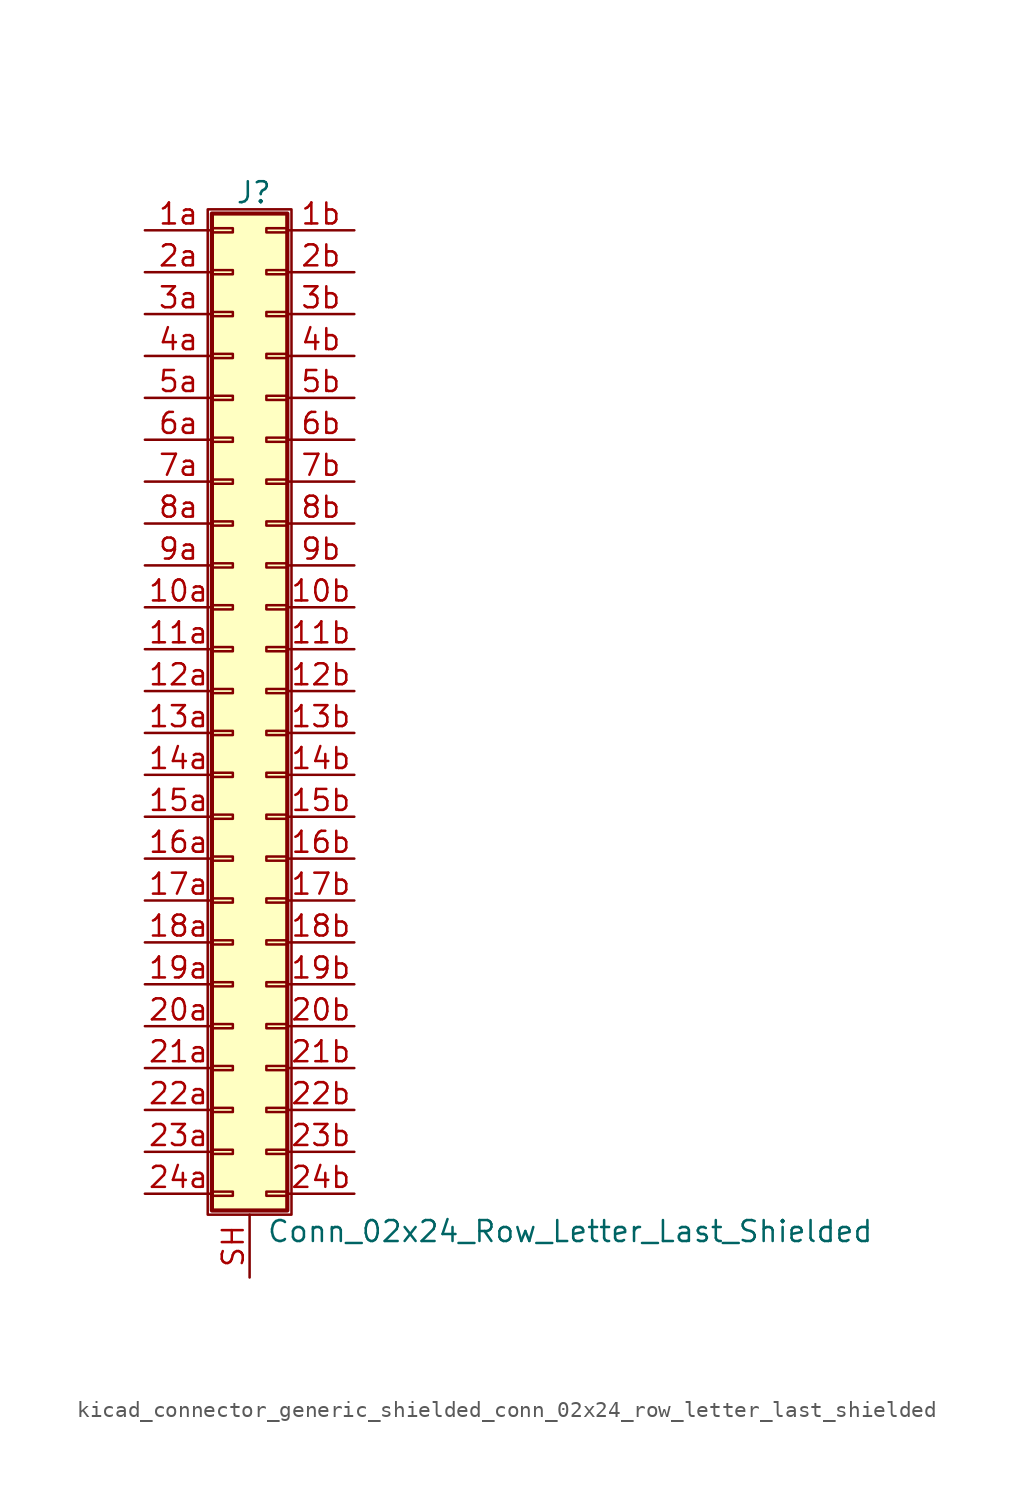
<source format=kicad_sym>
(kicad_symbol_lib
  (version 20220914)
  (generator kicad_symbol_editor)
  (symbol "kicad_connector_generic_shielded_conn_02x24_row_letter_last_shielded"
    (pin_names
      (offset 1.016) hide)
    (property "Reference" "J"
      (at 1.524 30.226 0)
      (effects (font (size 1.27 1.27))))
    (property "Value" "Conn_02x24_Row_Letter_Last_Shielded"
      (at 2.286 -32.766 0)
      (effects (font (size 1.27 1.27)) (justify left)))
    (symbol "kicad_connector_generic_shielded_conn_02x24_row_letter_last_shielded_1_1"
      (rectangle (start -1.27 29.21) (end 3.81 -31.75) (stroke (width 0.152) (type default)) (fill (type none)))
      (rectangle (start -1.016 -30.353) (end 0.254 -30.607) (stroke (width 0.152) (type default)) (fill (type none)))
      (rectangle (start -1.016 -27.813) (end 0.254 -28.067) (stroke (width 0.152) (type default)) (fill (type none)))
      (rectangle (start -1.016 -25.273) (end 0.254 -25.527) (stroke (width 0.152) (type default)) (fill (type none)))
      (rectangle (start -1.016 -22.733) (end 0.254 -22.987) (stroke (width 0.152) (type default)) (fill (type none)))
      (rectangle (start -1.016 -20.193) (end 0.254 -20.447) (stroke (width 0.152) (type default)) (fill (type none)))
      (rectangle (start -1.016 -17.653) (end 0.254 -17.907) (stroke (width 0.152) (type default)) (fill (type none)))
      (rectangle (start -1.016 -15.113) (end 0.254 -15.367) (stroke (width 0.152) (type default)) (fill (type none)))
      (rectangle (start -1.016 -12.573) (end 0.254 -12.827) (stroke (width 0.152) (type default)) (fill (type none)))
      (rectangle (start -1.016 -10.033) (end 0.254 -10.287) (stroke (width 0.152) (type default)) (fill (type none)))
      (rectangle (start -1.016 -7.493) (end 0.254 -7.747) (stroke (width 0.152) (type default)) (fill (type none)))
      (rectangle (start -1.016 -4.953) (end 0.254 -5.207) (stroke (width 0.152) (type default)) (fill (type none)))
      (rectangle (start -1.016 -2.413) (end 0.254 -2.667) (stroke (width 0.152) (type default)) (fill (type none)))
      (rectangle (start -1.016 0.127) (end 0.254 -0.127) (stroke (width 0.152) (type default)) (fill (type none)))
      (rectangle (start -1.016 2.667) (end 0.254 2.413) (stroke (width 0.152) (type default)) (fill (type none)))
      (rectangle (start -1.016 5.207) (end 0.254 4.953) (stroke (width 0.152) (type default)) (fill (type none)))
      (rectangle (start -1.016 7.747) (end 0.254 7.493) (stroke (width 0.152) (type default)) (fill (type none)))
      (rectangle (start -1.016 10.287) (end 0.254 10.033) (stroke (width 0.152) (type default)) (fill (type none)))
      (rectangle (start -1.016 12.827) (end 0.254 12.573) (stroke (width 0.152) (type default)) (fill (type none)))
      (rectangle (start -1.016 15.367) (end 0.254 15.113) (stroke (width 0.152) (type default)) (fill (type none)))
      (rectangle (start -1.016 17.907) (end 0.254 17.653) (stroke (width 0.152) (type default)) (fill (type none)))
      (rectangle (start -1.016 20.447) (end 0.254 20.193) (stroke (width 0.152) (type default)) (fill (type none)))
      (rectangle (start -1.016 22.987) (end 0.254 22.733) (stroke (width 0.152) (type default)) (fill (type none)))
      (rectangle (start -1.016 25.527) (end 0.254 25.273) (stroke (width 0.152) (type default)) (fill (type none)))
      (rectangle (start -1.016 28.067) (end 0.254 27.813) (stroke (width 0.152) (type default)) (fill (type none)))
      (rectangle (start -1.016 28.956) (end 3.556 -31.496) (stroke (width 0.254) (type default)) (fill (type background)))
      (rectangle (start 3.556 -30.353) (end 2.286 -30.607) (stroke (width 0.152) (type default)) (fill (type none)))
      (rectangle (start 3.556 -27.813) (end 2.286 -28.067) (stroke (width 0.152) (type default)) (fill (type none)))
      (rectangle (start 3.556 -25.273) (end 2.286 -25.527) (stroke (width 0.152) (type default)) (fill (type none)))
      (rectangle (start 3.556 -22.733) (end 2.286 -22.987) (stroke (width 0.152) (type default)) (fill (type none)))
      (rectangle (start 3.556 -20.193) (end 2.286 -20.447) (stroke (width 0.152) (type default)) (fill (type none)))
      (rectangle (start 3.556 -17.653) (end 2.286 -17.907) (stroke (width 0.152) (type default)) (fill (type none)))
      (rectangle (start 3.556 -15.113) (end 2.286 -15.367) (stroke (width 0.152) (type default)) (fill (type none)))
      (rectangle (start 3.556 -12.573) (end 2.286 -12.827) (stroke (width 0.152) (type default)) (fill (type none)))
      (rectangle (start 3.556 -10.033) (end 2.286 -10.287) (stroke (width 0.152) (type default)) (fill (type none)))
      (rectangle (start 3.556 -7.493) (end 2.286 -7.747) (stroke (width 0.152) (type default)) (fill (type none)))
      (rectangle (start 3.556 -4.953) (end 2.286 -5.207) (stroke (width 0.152) (type default)) (fill (type none)))
      (rectangle (start 3.556 -2.413) (end 2.286 -2.667) (stroke (width 0.152) (type default)) (fill (type none)))
      (rectangle (start 3.556 0.127) (end 2.286 -0.127) (stroke (width 0.152) (type default)) (fill (type none)))
      (rectangle (start 3.556 2.667) (end 2.286 2.413) (stroke (width 0.152) (type default)) (fill (type none)))
      (rectangle (start 3.556 5.207) (end 2.286 4.953) (stroke (width 0.152) (type default)) (fill (type none)))
      (rectangle (start 3.556 7.747) (end 2.286 7.493) (stroke (width 0.152) (type default)) (fill (type none)))
      (rectangle (start 3.556 10.287) (end 2.286 10.033) (stroke (width 0.152) (type default)) (fill (type none)))
      (rectangle (start 3.556 12.827) (end 2.286 12.573) (stroke (width 0.152) (type default)) (fill (type none)))
      (rectangle (start 3.556 15.367) (end 2.286 15.113) (stroke (width 0.152) (type default)) (fill (type none)))
      (rectangle (start 3.556 17.907) (end 2.286 17.653) (stroke (width 0.152) (type default)) (fill (type none)))
      (rectangle (start 3.556 20.447) (end 2.286 20.193) (stroke (width 0.152) (type default)) (fill (type none)))
      (rectangle (start 3.556 22.987) (end 2.286 22.733) (stroke (width 0.152) (type default)) (fill (type none)))
      (rectangle (start 3.556 25.527) (end 2.286 25.273) (stroke (width 0.152) (type default)) (fill (type none)))
      (rectangle (start 3.556 28.067) (end 2.286 27.813) (stroke (width 0.152) (type default)) (fill (type none)))
      (pin passive line (at -5.08 5.08 0) (length 4.064) (name "Pin_10a" (effects (font (size 1.27 1.27)))) (number "10a" (effects (font (size 1.27 1.27)))))
      (pin passive line (at 7.62 5.08 180) (length 4.064) (name "Pin_10b" (effects (font (size 1.27 1.27)))) (number "10b" (effects (font (size 1.27 1.27)))))
      (pin passive line (at -5.08 2.54 0) (length 4.064) (name "Pin_11a" (effects (font (size 1.27 1.27)))) (number "11a" (effects (font (size 1.27 1.27)))))
      (pin passive line (at 7.62 2.54 180) (length 4.064) (name "Pin_11b" (effects (font (size 1.27 1.27)))) (number "11b" (effects (font (size 1.27 1.27)))))
      (pin passive line (at -5.08 0 0) (length 4.064) (name "Pin_12a" (effects (font (size 1.27 1.27)))) (number "12a" (effects (font (size 1.27 1.27)))))
      (pin passive line (at 7.62 0 180) (length 4.064) (name "Pin_12b" (effects (font (size 1.27 1.27)))) (number "12b" (effects (font (size 1.27 1.27)))))
      (pin passive line (at -5.08 -2.54 0) (length 4.064) (name "Pin_13a" (effects (font (size 1.27 1.27)))) (number "13a" (effects (font (size 1.27 1.27)))))
      (pin passive line (at 7.62 -2.54 180) (length 4.064) (name "Pin_13b" (effects (font (size 1.27 1.27)))) (number "13b" (effects (font (size 1.27 1.27)))))
      (pin passive line (at -5.08 -5.08 0) (length 4.064) (name "Pin_14a" (effects (font (size 1.27 1.27)))) (number "14a" (effects (font (size 1.27 1.27)))))
      (pin passive line (at 7.62 -5.08 180) (length 4.064) (name "Pin_14b" (effects (font (size 1.27 1.27)))) (number "14b" (effects (font (size 1.27 1.27)))))
      (pin passive line (at -5.08 -7.62 0) (length 4.064) (name "Pin_15a" (effects (font (size 1.27 1.27)))) (number "15a" (effects (font (size 1.27 1.27)))))
      (pin passive line (at 7.62 -7.62 180) (length 4.064) (name "Pin_15b" (effects (font (size 1.27 1.27)))) (number "15b" (effects (font (size 1.27 1.27)))))
      (pin passive line (at -5.08 -10.16 0) (length 4.064) (name "Pin_16a" (effects (font (size 1.27 1.27)))) (number "16a" (effects (font (size 1.27 1.27)))))
      (pin passive line (at 7.62 -10.16 180) (length 4.064) (name "Pin_16b" (effects (font (size 1.27 1.27)))) (number "16b" (effects (font (size 1.27 1.27)))))
      (pin passive line (at -5.08 -12.7 0) (length 4.064) (name "Pin_17a" (effects (font (size 1.27 1.27)))) (number "17a" (effects (font (size 1.27 1.27)))))
      (pin passive line (at 7.62 -12.7 180) (length 4.064) (name "Pin_17b" (effects (font (size 1.27 1.27)))) (number "17b" (effects (font (size 1.27 1.27)))))
      (pin passive line (at -5.08 -15.24 0) (length 4.064) (name "Pin_18a" (effects (font (size 1.27 1.27)))) (number "18a" (effects (font (size 1.27 1.27)))))
      (pin passive line (at 7.62 -15.24 180) (length 4.064) (name "Pin_18b" (effects (font (size 1.27 1.27)))) (number "18b" (effects (font (size 1.27 1.27)))))
      (pin passive line (at -5.08 -17.78 0) (length 4.064) (name "Pin_19a" (effects (font (size 1.27 1.27)))) (number "19a" (effects (font (size 1.27 1.27)))))
      (pin passive line (at 7.62 -17.78 180) (length 4.064) (name "Pin_19b" (effects (font (size 1.27 1.27)))) (number "19b" (effects (font (size 1.27 1.27)))))
      (pin passive line (at -5.08 27.94 0) (length 4.064) (name "Pin_1a" (effects (font (size 1.27 1.27)))) (number "1a" (effects (font (size 1.27 1.27)))))
      (pin passive line (at 7.62 27.94 180) (length 4.064) (name "Pin_1b" (effects (font (size 1.27 1.27)))) (number "1b" (effects (font (size 1.27 1.27)))))
      (pin passive line (at -5.08 -20.32 0) (length 4.064) (name "Pin_20a" (effects (font (size 1.27 1.27)))) (number "20a" (effects (font (size 1.27 1.27)))))
      (pin passive line (at 7.62 -20.32 180) (length 4.064) (name "Pin_20b" (effects (font (size 1.27 1.27)))) (number "20b" (effects (font (size 1.27 1.27)))))
      (pin passive line (at -5.08 -22.86 0) (length 4.064) (name "Pin_21a" (effects (font (size 1.27 1.27)))) (number "21a" (effects (font (size 1.27 1.27)))))
      (pin passive line (at 7.62 -22.86 180) (length 4.064) (name "Pin_21b" (effects (font (size 1.27 1.27)))) (number "21b" (effects (font (size 1.27 1.27)))))
      (pin passive line (at -5.08 -25.4 0) (length 4.064) (name "Pin_22a" (effects (font (size 1.27 1.27)))) (number "22a" (effects (font (size 1.27 1.27)))))
      (pin passive line (at 7.62 -25.4 180) (length 4.064) (name "Pin_22b" (effects (font (size 1.27 1.27)))) (number "22b" (effects (font (size 1.27 1.27)))))
      (pin passive line (at -5.08 -27.94 0) (length 4.064) (name "Pin_23a" (effects (font (size 1.27 1.27)))) (number "23a" (effects (font (size 1.27 1.27)))))
      (pin passive line (at 7.62 -27.94 180) (length 4.064) (name "Pin_23b" (effects (font (size 1.27 1.27)))) (number "23b" (effects (font (size 1.27 1.27)))))
      (pin passive line (at -5.08 -30.48 0) (length 4.064) (name "Pin_24a" (effects (font (size 1.27 1.27)))) (number "24a" (effects (font (size 1.27 1.27)))))
      (pin passive line (at 7.62 -30.48 180) (length 4.064) (name "Pin_24b" (effects (font (size 1.27 1.27)))) (number "24b" (effects (font (size 1.27 1.27)))))
      (pin passive line (at -5.08 25.4 0) (length 4.064) (name "Pin_2a" (effects (font (size 1.27 1.27)))) (number "2a" (effects (font (size 1.27 1.27)))))
      (pin passive line (at 7.62 25.4 180) (length 4.064) (name "Pin_2b" (effects (font (size 1.27 1.27)))) (number "2b" (effects (font (size 1.27 1.27)))))
      (pin passive line (at -5.08 22.86 0) (length 4.064) (name "Pin_3a" (effects (font (size 1.27 1.27)))) (number "3a" (effects (font (size 1.27 1.27)))))
      (pin passive line (at 7.62 22.86 180) (length 4.064) (name "Pin_3b" (effects (font (size 1.27 1.27)))) (number "3b" (effects (font (size 1.27 1.27)))))
      (pin passive line (at -5.08 20.32 0) (length 4.064) (name "Pin_4a" (effects (font (size 1.27 1.27)))) (number "4a" (effects (font (size 1.27 1.27)))))
      (pin passive line (at 7.62 20.32 180) (length 4.064) (name "Pin_4b" (effects (font (size 1.27 1.27)))) (number "4b" (effects (font (size 1.27 1.27)))))
      (pin passive line (at -5.08 17.78 0) (length 4.064) (name "Pin_5a" (effects (font (size 1.27 1.27)))) (number "5a" (effects (font (size 1.27 1.27)))))
      (pin passive line (at 7.62 17.78 180) (length 4.064) (name "Pin_5b" (effects (font (size 1.27 1.27)))) (number "5b" (effects (font (size 1.27 1.27)))))
      (pin passive line (at -5.08 15.24 0) (length 4.064) (name "Pin_6a" (effects (font (size 1.27 1.27)))) (number "6a" (effects (font (size 1.27 1.27)))))
      (pin passive line (at 7.62 15.24 180) (length 4.064) (name "Pin_6b" (effects (font (size 1.27 1.27)))) (number "6b" (effects (font (size 1.27 1.27)))))
      (pin passive line (at -5.08 12.7 0) (length 4.064) (name "Pin_7a" (effects (font (size 1.27 1.27)))) (number "7a" (effects (font (size 1.27 1.27)))))
      (pin passive line (at 7.62 12.7 180) (length 4.064) (name "Pin_7b" (effects (font (size 1.27 1.27)))) (number "7b" (effects (font (size 1.27 1.27)))))
      (pin passive line (at -5.08 10.16 0) (length 4.064) (name "Pin_8a" (effects (font (size 1.27 1.27)))) (number "8a" (effects (font (size 1.27 1.27)))))
      (pin passive line (at 7.62 10.16 180) (length 4.064) (name "Pin_8b" (effects (font (size 1.27 1.27)))) (number "8b" (effects (font (size 1.27 1.27)))))
      (pin passive line (at -5.08 7.62 0) (length 4.064) (name "Pin_9a" (effects (font (size 1.27 1.27)))) (number "9a" (effects (font (size 1.27 1.27)))))
      (pin passive line (at 7.62 7.62 180) (length 4.064) (name "Pin_9b" (effects (font (size 1.27 1.27)))) (number "9b" (effects (font (size 1.27 1.27)))))
      (pin passive line (at 1.27 -35.56 90) (length 3.81) (name "Shield" (effects (font (size 1.27 1.27)))) (number "SH" (effects (font (size 1.27 1.27))))))))
</source>
